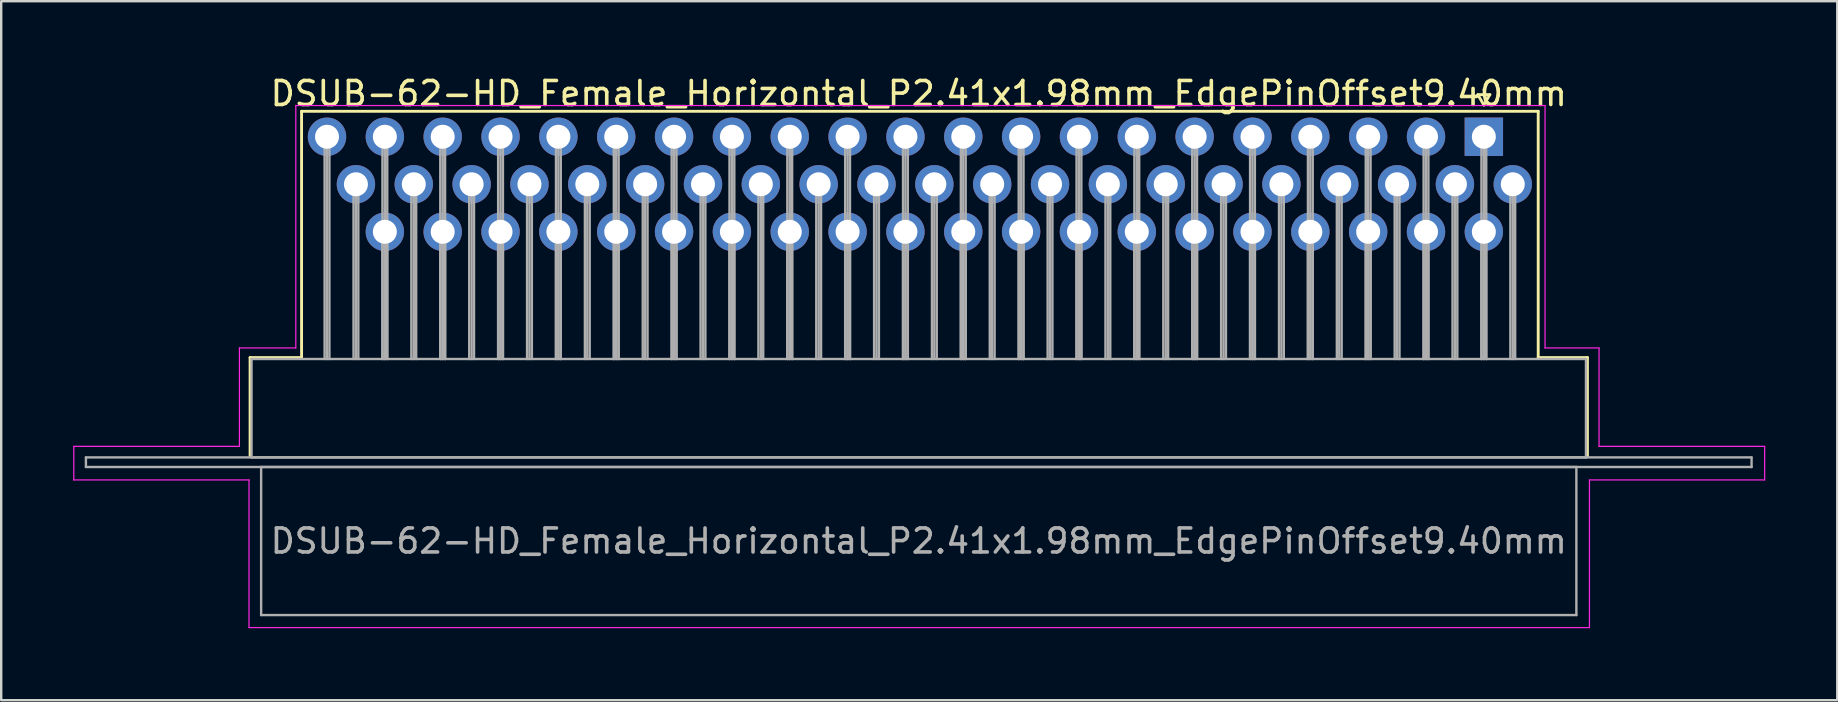
<source format=kicad_pcb>
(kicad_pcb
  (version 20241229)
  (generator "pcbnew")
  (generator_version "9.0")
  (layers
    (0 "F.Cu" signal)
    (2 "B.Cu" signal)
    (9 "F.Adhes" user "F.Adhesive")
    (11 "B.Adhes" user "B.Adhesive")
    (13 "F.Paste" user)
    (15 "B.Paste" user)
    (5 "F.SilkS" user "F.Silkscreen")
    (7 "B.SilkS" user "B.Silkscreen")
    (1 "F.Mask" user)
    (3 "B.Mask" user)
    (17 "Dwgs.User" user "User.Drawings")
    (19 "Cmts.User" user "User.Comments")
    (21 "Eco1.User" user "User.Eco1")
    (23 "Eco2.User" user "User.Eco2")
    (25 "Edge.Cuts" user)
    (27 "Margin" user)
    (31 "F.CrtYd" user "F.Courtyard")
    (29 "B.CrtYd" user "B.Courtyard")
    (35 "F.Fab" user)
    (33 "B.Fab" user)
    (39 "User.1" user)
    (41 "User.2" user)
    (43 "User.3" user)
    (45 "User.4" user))
  (footprint "DSUB-62-HD_Female_Horizontal_P2.41x1.98mm_EdgePinOffset9.40mm"
    (layer "F.Cu")
    (at 58.775 2.648)
    (property "Reference" "DSUB-62-HD_Female_Horizontal_P2.41x1.98mm_EdgePinOffset9.40mm" (at -23.545 -1.8 0) (layer "F.SilkS") (effects (font (size 1 1) (thickness 0.15))))
    (attr through_hole)
    (fp_line (start -51.405 9.2) (end -49.26 9.2) (stroke (width 0.12) (type solid)) (layer "F.SilkS"))
    (fp_line (start -51.405 13.3) (end -51.405 9.2) (stroke (width 0.12) (type solid)) (layer "F.SilkS"))
    (fp_line (start -49.26 -1.06) (end 2.265 -1.06) (stroke (width 0.12) (type solid)) (layer "F.SilkS"))
    (fp_line (start -49.26 9.2) (end -49.26 -1.06) (stroke (width 0.12) (type solid)) (layer "F.SilkS"))
    (fp_line (start -0.25 -1.754) (end 0.25 -1.754) (stroke (width 0.12) (type solid)) (layer "F.SilkS"))
    (fp_line (start 0 -1.321) (end -0.25 -1.754) (stroke (width 0.12) (type solid)) (layer "F.SilkS"))
    (fp_line (start 0.25 -1.754) (end 0 -1.321) (stroke (width 0.12) (type solid)) (layer "F.SilkS"))
    (fp_line (start 2.265 -1.06) (end 2.265 9.2) (stroke (width 0.12) (type solid)) (layer "F.SilkS"))
    (fp_line (start 2.265 9.2) (end 4.315 9.2) (stroke (width 0.12) (type solid)) (layer "F.SilkS"))
    (fp_line (start 4.315 9.2) (end 4.315 13.3) (stroke (width 0.12) (type solid)) (layer "F.SilkS"))
    (fp_line (start -58.75 12.9) (end -51.85 12.9) (stroke (width 0.05) (type solid)) (layer "F.CrtYd"))
    (fp_line (start -58.75 14.3) (end -58.75 12.9) (stroke (width 0.05) (type solid)) (layer "F.CrtYd"))
    (fp_line (start -51.85 8.8) (end -49.5 8.8) (stroke (width 0.05) (type solid)) (layer "F.CrtYd"))
    (fp_line (start -51.85 12.9) (end -51.85 8.8) (stroke (width 0.05) (type solid)) (layer "F.CrtYd"))
    (fp_line (start -51.45 14.3) (end -58.75 14.3) (stroke (width 0.05) (type solid)) (layer "F.CrtYd"))
    (fp_line (start -51.45 20.45) (end -51.45 14.3) (stroke (width 0.05) (type solid)) (layer "F.CrtYd"))
    (fp_line (start -49.5 -1.3) (end 2.55 -1.3) (stroke (width 0.05) (type solid)) (layer "F.CrtYd"))
    (fp_line (start -49.5 8.8) (end -49.5 -1.3) (stroke (width 0.05) (type solid)) (layer "F.CrtYd"))
    (fp_line (start 2.55 -1.3) (end 2.55 8.8) (stroke (width 0.05) (type solid)) (layer "F.CrtYd"))
    (fp_line (start 2.55 8.8) (end 4.8 8.8) (stroke (width 0.05) (type solid)) (layer "F.CrtYd"))
    (fp_line (start 4.4 14.3) (end 4.4 20.45) (stroke (width 0.05) (type solid)) (layer "F.CrtYd"))
    (fp_line (start 4.4 20.45) (end -51.45 20.45) (stroke (width 0.05) (type solid)) (layer "F.CrtYd"))
    (fp_line (start 4.8 8.8) (end 4.8 12.9) (stroke (width 0.05) (type solid)) (layer "F.CrtYd"))
    (fp_line (start 4.8 12.9) (end 11.7 12.9) (stroke (width 0.05) (type solid)) (layer "F.CrtYd"))
    (fp_line (start 11.7 12.9) (end 11.7 14.3) (stroke (width 0.05) (type solid)) (layer "F.CrtYd"))
    (fp_line (start 11.7 14.3) (end 4.4 14.3) (stroke (width 0.05) (type solid)) (layer "F.CrtYd"))
    (fp_line (start -58.245 13.36) (end -58.245 13.76) (stroke (width 0.1) (type solid)) (layer "F.Fab"))
    (fp_line (start -58.245 13.76) (end 11.155 13.76) (stroke (width 0.1) (type solid)) (layer "F.Fab"))
    (fp_line (start -51.345 9.26) (end -51.345 13.36) (stroke (width 0.1) (type solid)) (layer "F.Fab"))
    (fp_line (start -51.345 13.36) (end 4.255 13.36) (stroke (width 0.1) (type solid)) (layer "F.Fab"))
    (fp_line (start -50.945 13.76) (end -50.945 19.93) (stroke (width 0.1) (type solid)) (layer "F.Fab"))
    (fp_line (start -50.945 19.93) (end 3.855 19.93) (stroke (width 0.1) (type solid)) (layer "F.Fab"))
    (fp_line (start -48.3 0) (end -48.3 9.26) (stroke (width 0.1) (type solid)) (layer "F.Fab"))
    (fp_line (start -48.2 0) (end -48.2 9.26) (stroke (width 0.1) (type solid)) (layer "F.Fab"))
    (fp_line (start -48.1 0) (end -48.1 9.26) (stroke (width 0.1) (type solid)) (layer "F.Fab"))
    (fp_line (start -47.095 1.98) (end -47.095 9.26) (stroke (width 0.1) (type solid)) (layer "F.Fab"))
    (fp_line (start -46.995 1.98) (end -46.995 9.26) (stroke (width 0.1) (type solid)) (layer "F.Fab"))
    (fp_line (start -46.895 1.98) (end -46.895 9.26) (stroke (width 0.1) (type solid)) (layer "F.Fab"))
    (fp_line (start -45.89 0) (end -45.89 9.26) (stroke (width 0.1) (type solid)) (layer "F.Fab"))
    (fp_line (start -45.89 3.96) (end -45.89 9.26) (stroke (width 0.1) (type solid)) (layer "F.Fab"))
    (fp_line (start -45.79 0) (end -45.79 9.26) (stroke (width 0.1) (type solid)) (layer "F.Fab"))
    (fp_line (start -45.79 3.96) (end -45.79 9.26) (stroke (width 0.1) (type solid)) (layer "F.Fab"))
    (fp_line (start -45.69 0) (end -45.69 9.26) (stroke (width 0.1) (type solid)) (layer "F.Fab"))
    (fp_line (start -45.69 3.96) (end -45.69 9.26) (stroke (width 0.1) (type solid)) (layer "F.Fab"))
    (fp_line (start -44.685 1.98) (end -44.685 9.26) (stroke (width 0.1) (type solid)) (layer "F.Fab"))
    (fp_line (start -44.585 1.98) (end -44.585 9.26) (stroke (width 0.1) (type solid)) (layer "F.Fab"))
    (fp_line (start -44.485 1.98) (end -44.485 9.26) (stroke (width 0.1) (type solid)) (layer "F.Fab"))
    (fp_line (start -43.48 0) (end -43.48 9.26) (stroke (width 0.1) (type solid)) (layer "F.Fab"))
    (fp_line (start -43.48 3.96) (end -43.48 9.26) (stroke (width 0.1) (type solid)) (layer "F.Fab"))
    (fp_line (start -43.38 0) (end -43.38 9.26) (stroke (width 0.1) (type solid)) (layer "F.Fab"))
    (fp_line (start -43.38 3.96) (end -43.38 9.26) (stroke (width 0.1) (type solid)) (layer "F.Fab"))
    (fp_line (start -43.28 0) (end -43.28 9.26) (stroke (width 0.1) (type solid)) (layer "F.Fab"))
    (fp_line (start -43.28 3.96) (end -43.28 9.26) (stroke (width 0.1) (type solid)) (layer "F.Fab"))
    (fp_line (start -42.275 1.98) (end -42.275 9.26) (stroke (width 0.1) (type solid)) (layer "F.Fab"))
    (fp_line (start -42.175 1.98) (end -42.175 9.26) (stroke (width 0.1) (type solid)) (layer "F.Fab"))
    (fp_line (start -42.075 1.98) (end -42.075 9.26) (stroke (width 0.1) (type solid)) (layer "F.Fab"))
    (fp_line (start -41.07 0) (end -41.07 9.26) (stroke (width 0.1) (type solid)) (layer "F.Fab"))
    (fp_line (start -41.07 3.96) (end -41.07 9.26) (stroke (width 0.1) (type solid)) (layer "F.Fab"))
    (fp_line (start -40.97 0) (end -40.97 9.26) (stroke (width 0.1) (type solid)) (layer "F.Fab"))
    (fp_line (start -40.97 3.96) (end -40.97 9.26) (stroke (width 0.1) (type solid)) (layer "F.Fab"))
    (fp_line (start -40.87 0) (end -40.87 9.26) (stroke (width 0.1) (type solid)) (layer "F.Fab"))
    (fp_line (start -40.87 3.96) (end -40.87 9.26) (stroke (width 0.1) (type solid)) (layer "F.Fab"))
    (fp_line (start -39.865 1.98) (end -39.865 9.26) (stroke (width 0.1) (type solid)) (layer "F.Fab"))
    (fp_line (start -39.765 1.98) (end -39.765 9.26) (stroke (width 0.1) (type solid)) (layer "F.Fab"))
    (fp_line (start -39.665 1.98) (end -39.665 9.26) (stroke (width 0.1) (type solid)) (layer "F.Fab"))
    (fp_line (start -38.66 0) (end -38.66 9.26) (stroke (width 0.1) (type solid)) (layer "F.Fab"))
    (fp_line (start -38.66 3.96) (end -38.66 9.26) (stroke (width 0.1) (type solid)) (layer "F.Fab"))
    (fp_line (start -38.56 0) (end -38.56 9.26) (stroke (width 0.1) (type solid)) (layer "F.Fab"))
    (fp_line (start -38.56 3.96) (end -38.56 9.26) (stroke (width 0.1) (type solid)) (layer "F.Fab"))
    (fp_line (start -38.46 0) (end -38.46 9.26) (stroke (width 0.1) (type solid)) (layer "F.Fab"))
    (fp_line (start -38.46 3.96) (end -38.46 9.26) (stroke (width 0.1) (type solid)) (layer "F.Fab"))
    (fp_line (start -37.455 1.98) (end -37.455 9.26) (stroke (width 0.1) (type solid)) (layer "F.Fab"))
    (fp_line (start -37.355 1.98) (end -37.355 9.26) (stroke (width 0.1) (type solid)) (layer "F.Fab"))
    (fp_line (start -37.255 1.98) (end -37.255 9.26) (stroke (width 0.1) (type solid)) (layer "F.Fab"))
    (fp_line (start -36.25 0) (end -36.25 9.26) (stroke (width 0.1) (type solid)) (layer "F.Fab"))
    (fp_line (start -36.25 3.96) (end -36.25 9.26) (stroke (width 0.1) (type solid)) (layer "F.Fab"))
    (fp_line (start -36.15 0) (end -36.15 9.26) (stroke (width 0.1) (type solid)) (layer "F.Fab"))
    (fp_line (start -36.15 3.96) (end -36.15 9.26) (stroke (width 0.1) (type solid)) (layer "F.Fab"))
    (fp_line (start -36.05 0) (end -36.05 9.26) (stroke (width 0.1) (type solid)) (layer "F.Fab"))
    (fp_line (start -36.05 3.96) (end -36.05 9.26) (stroke (width 0.1) (type solid)) (layer "F.Fab"))
    (fp_line (start -35.045 1.98) (end -35.045 9.26) (stroke (width 0.1) (type solid)) (layer "F.Fab"))
    (fp_line (start -34.945 1.98) (end -34.945 9.26) (stroke (width 0.1) (type solid)) (layer "F.Fab"))
    (fp_line (start -34.845 1.98) (end -34.845 9.26) (stroke (width 0.1) (type solid)) (layer "F.Fab"))
    (fp_line (start -33.84 0) (end -33.84 9.26) (stroke (width 0.1) (type solid)) (layer "F.Fab"))
    (fp_line (start -33.84 3.96) (end -33.84 9.26) (stroke (width 0.1) (type solid)) (layer "F.Fab"))
    (fp_line (start -33.74 0) (end -33.74 9.26) (stroke (width 0.1) (type solid)) (layer "F.Fab"))
    (fp_line (start -33.74 3.96) (end -33.74 9.26) (stroke (width 0.1) (type solid)) (layer "F.Fab"))
    (fp_line (start -33.64 0) (end -33.64 9.26) (stroke (width 0.1) (type solid)) (layer "F.Fab"))
    (fp_line (start -33.64 3.96) (end -33.64 9.26) (stroke (width 0.1) (type solid)) (layer "F.Fab"))
    (fp_line (start -32.635 1.98) (end -32.635 9.26) (stroke (width 0.1) (type solid)) (layer "F.Fab"))
    (fp_line (start -32.535 1.98) (end -32.535 9.26) (stroke (width 0.1) (type solid)) (layer "F.Fab"))
    (fp_line (start -32.435 1.98) (end -32.435 9.26) (stroke (width 0.1) (type solid)) (layer "F.Fab"))
    (fp_line (start -31.43 0) (end -31.43 9.26) (stroke (width 0.1) (type solid)) (layer "F.Fab"))
    (fp_line (start -31.43 3.96) (end -31.43 9.26) (stroke (width 0.1) (type solid)) (layer "F.Fab"))
    (fp_line (start -31.33 0) (end -31.33 9.26) (stroke (width 0.1) (type solid)) (layer "F.Fab"))
    (fp_line (start -31.33 3.96) (end -31.33 9.26) (stroke (width 0.1) (type solid)) (layer "F.Fab"))
    (fp_line (start -31.23 0) (end -31.23 9.26) (stroke (width 0.1) (type solid)) (layer "F.Fab"))
    (fp_line (start -31.23 3.96) (end -31.23 9.26) (stroke (width 0.1) (type solid)) (layer "F.Fab"))
    (fp_line (start -30.225 1.98) (end -30.225 9.26) (stroke (width 0.1) (type solid)) (layer "F.Fab"))
    (fp_line (start -30.125 1.98) (end -30.125 9.26) (stroke (width 0.1) (type solid)) (layer "F.Fab"))
    (fp_line (start -30.025 1.98) (end -30.025 9.26) (stroke (width 0.1) (type solid)) (layer "F.Fab"))
    (fp_line (start -29.02 0) (end -29.02 9.26) (stroke (width 0.1) (type solid)) (layer "F.Fab"))
    (fp_line (start -29.02 3.96) (end -29.02 9.26) (stroke (width 0.1) (type solid)) (layer "F.Fab"))
    (fp_line (start -28.92 0) (end -28.92 9.26) (stroke (width 0.1) (type solid)) (layer "F.Fab"))
    (fp_line (start -28.92 3.96) (end -28.92 9.26) (stroke (width 0.1) (type solid)) (layer "F.Fab"))
    (fp_line (start -28.82 0) (end -28.82 9.26) (stroke (width 0.1) (type solid)) (layer "F.Fab"))
    (fp_line (start -28.82 3.96) (end -28.82 9.26) (stroke (width 0.1) (type solid)) (layer "F.Fab"))
    (fp_line (start -27.815 1.98) (end -27.815 9.26) (stroke (width 0.1) (type solid)) (layer "F.Fab"))
    (fp_line (start -27.715 1.98) (end -27.715 9.26) (stroke (width 0.1) (type solid)) (layer "F.Fab"))
    (fp_line (start -27.615 1.98) (end -27.615 9.26) (stroke (width 0.1) (type solid)) (layer "F.Fab"))
    (fp_line (start -26.61 0) (end -26.61 9.26) (stroke (width 0.1) (type solid)) (layer "F.Fab"))
    (fp_line (start -26.61 3.96) (end -26.61 9.26) (stroke (width 0.1) (type solid)) (layer "F.Fab"))
    (fp_line (start -26.51 0) (end -26.51 9.26) (stroke (width 0.1) (type solid)) (layer "F.Fab"))
    (fp_line (start -26.51 3.96) (end -26.51 9.26) (stroke (width 0.1) (type solid)) (layer "F.Fab"))
    (fp_line (start -26.41 0) (end -26.41 9.26) (stroke (width 0.1) (type solid)) (layer "F.Fab"))
    (fp_line (start -26.41 3.96) (end -26.41 9.26) (stroke (width 0.1) (type solid)) (layer "F.Fab"))
    (fp_line (start -25.405 1.98) (end -25.405 9.26) (stroke (width 0.1) (type solid)) (layer "F.Fab"))
    (fp_line (start -25.305 1.98) (end -25.305 9.26) (stroke (width 0.1) (type solid)) (layer "F.Fab"))
    (fp_line (start -25.205 1.98) (end -25.205 9.26) (stroke (width 0.1) (type solid)) (layer "F.Fab"))
    (fp_line (start -24.2 0) (end -24.2 9.26) (stroke (width 0.1) (type solid)) (layer "F.Fab"))
    (fp_line (start -24.2 3.96) (end -24.2 9.26) (stroke (width 0.1) (type solid)) (layer "F.Fab"))
    (fp_line (start -24.1 0) (end -24.1 9.26) (stroke (width 0.1) (type solid)) (layer "F.Fab"))
    (fp_line (start -24.1 3.96) (end -24.1 9.26) (stroke (width 0.1) (type solid)) (layer "F.Fab"))
    (fp_line (start -24 0) (end -24 9.26) (stroke (width 0.1) (type solid)) (layer "F.Fab"))
    (fp_line (start -24 3.96) (end -24 9.26) (stroke (width 0.1) (type solid)) (layer "F.Fab"))
    (fp_line (start -22.995 1.98) (end -22.995 9.26) (stroke (width 0.1) (type solid)) (layer "F.Fab"))
    (fp_line (start -22.895 1.98) (end -22.895 9.26) (stroke (width 0.1) (type solid)) (layer "F.Fab"))
    (fp_line (start -22.795 1.98) (end -22.795 9.26) (stroke (width 0.1) (type solid)) (layer "F.Fab"))
    (fp_line (start -21.79 0) (end -21.79 9.26) (stroke (width 0.1) (type solid)) (layer "F.Fab"))
    (fp_line (start -21.79 3.96) (end -21.79 9.26) (stroke (width 0.1) (type solid)) (layer "F.Fab"))
    (fp_line (start -21.69 0) (end -21.69 9.26) (stroke (width 0.1) (type solid)) (layer "F.Fab"))
    (fp_line (start -21.69 3.96) (end -21.69 9.26) (stroke (width 0.1) (type solid)) (layer "F.Fab"))
    (fp_line (start -21.59 0) (end -21.59 9.26) (stroke (width 0.1) (type solid)) (layer "F.Fab"))
    (fp_line (start -21.59 3.96) (end -21.59 9.26) (stroke (width 0.1) (type solid)) (layer "F.Fab"))
    (fp_line (start -20.585 1.98) (end -20.585 9.26) (stroke (width 0.1) (type solid)) (layer "F.Fab"))
    (fp_line (start -20.485 1.98) (end -20.485 9.26) (stroke (width 0.1) (type solid)) (layer "F.Fab"))
    (fp_line (start -20.385 1.98) (end -20.385 9.26) (stroke (width 0.1) (type solid)) (layer "F.Fab"))
    (fp_line (start -19.38 0) (end -19.38 9.26) (stroke (width 0.1) (type solid)) (layer "F.Fab"))
    (fp_line (start -19.38 3.96) (end -19.38 9.26) (stroke (width 0.1) (type solid)) (layer "F.Fab"))
    (fp_line (start -19.28 0) (end -19.28 9.26) (stroke (width 0.1) (type solid)) (layer "F.Fab"))
    (fp_line (start -19.28 3.96) (end -19.28 9.26) (stroke (width 0.1) (type solid)) (layer "F.Fab"))
    (fp_line (start -19.18 0) (end -19.18 9.26) (stroke (width 0.1) (type solid)) (layer "F.Fab"))
    (fp_line (start -19.18 3.96) (end -19.18 9.26) (stroke (width 0.1) (type solid)) (layer "F.Fab"))
    (fp_line (start -18.175 1.98) (end -18.175 9.26) (stroke (width 0.1) (type solid)) (layer "F.Fab"))
    (fp_line (start -18.075 1.98) (end -18.075 9.26) (stroke (width 0.1) (type solid)) (layer "F.Fab"))
    (fp_line (start -17.975 1.98) (end -17.975 9.26) (stroke (width 0.1) (type solid)) (layer "F.Fab"))
    (fp_line (start -16.97 0) (end -16.97 9.26) (stroke (width 0.1) (type solid)) (layer "F.Fab"))
    (fp_line (start -16.97 3.96) (end -16.97 9.26) (stroke (width 0.1) (type solid)) (layer "F.Fab"))
    (fp_line (start -16.87 0) (end -16.87 9.26) (stroke (width 0.1) (type solid)) (layer "F.Fab"))
    (fp_line (start -16.87 3.96) (end -16.87 9.26) (stroke (width 0.1) (type solid)) (layer "F.Fab"))
    (fp_line (start -16.77 0) (end -16.77 9.26) (stroke (width 0.1) (type solid)) (layer "F.Fab"))
    (fp_line (start -16.77 3.96) (end -16.77 9.26) (stroke (width 0.1) (type solid)) (layer "F.Fab"))
    (fp_line (start -15.765 1.98) (end -15.765 9.26) (stroke (width 0.1) (type solid)) (layer "F.Fab"))
    (fp_line (start -15.665 1.98) (end -15.665 9.26) (stroke (width 0.1) (type solid)) (layer "F.Fab"))
    (fp_line (start -15.565 1.98) (end -15.565 9.26) (stroke (width 0.1) (type solid)) (layer "F.Fab"))
    (fp_line (start -14.56 0) (end -14.56 9.26) (stroke (width 0.1) (type solid)) (layer "F.Fab"))
    (fp_line (start -14.56 3.96) (end -14.56 9.26) (stroke (width 0.1) (type solid)) (layer "F.Fab"))
    (fp_line (start -14.46 0) (end -14.46 9.26) (stroke (width 0.1) (type solid)) (layer "F.Fab"))
    (fp_line (start -14.46 3.96) (end -14.46 9.26) (stroke (width 0.1) (type solid)) (layer "F.Fab"))
    (fp_line (start -14.36 0) (end -14.36 9.26) (stroke (width 0.1) (type solid)) (layer "F.Fab"))
    (fp_line (start -14.36 3.96) (end -14.36 9.26) (stroke (width 0.1) (type solid)) (layer "F.Fab"))
    (fp_line (start -13.355 1.98) (end -13.355 9.26) (stroke (width 0.1) (type solid)) (layer "F.Fab"))
    (fp_line (start -13.255 1.98) (end -13.255 9.26) (stroke (width 0.1) (type solid)) (layer "F.Fab"))
    (fp_line (start -13.155 1.98) (end -13.155 9.26) (stroke (width 0.1) (type solid)) (layer "F.Fab"))
    (fp_line (start -12.15 0) (end -12.15 9.26) (stroke (width 0.1) (type solid)) (layer "F.Fab"))
    (fp_line (start -12.15 3.96) (end -12.15 9.26) (stroke (width 0.1) (type solid)) (layer "F.Fab"))
    (fp_line (start -12.05 0) (end -12.05 9.26) (stroke (width 0.1) (type solid)) (layer "F.Fab"))
    (fp_line (start -12.05 3.96) (end -12.05 9.26) (stroke (width 0.1) (type solid)) (layer "F.Fab"))
    (fp_line (start -11.95 0) (end -11.95 9.26) (stroke (width 0.1) (type solid)) (layer "F.Fab"))
    (fp_line (start -11.95 3.96) (end -11.95 9.26) (stroke (width 0.1) (type solid)) (layer "F.Fab"))
    (fp_line (start -10.945 1.98) (end -10.945 9.26) (stroke (width 0.1) (type solid)) (layer "F.Fab"))
    (fp_line (start -10.845 1.98) (end -10.845 9.26) (stroke (width 0.1) (type solid)) (layer "F.Fab"))
    (fp_line (start -10.745 1.98) (end -10.745 9.26) (stroke (width 0.1) (type solid)) (layer "F.Fab"))
    (fp_line (start -9.74 0) (end -9.74 9.26) (stroke (width 0.1) (type solid)) (layer "F.Fab"))
    (fp_line (start -9.74 3.96) (end -9.74 9.26) (stroke (width 0.1) (type solid)) (layer "F.Fab"))
    (fp_line (start -9.64 0) (end -9.64 9.26) (stroke (width 0.1) (type solid)) (layer "F.Fab"))
    (fp_line (start -9.64 3.96) (end -9.64 9.26) (stroke (width 0.1) (type solid)) (layer "F.Fab"))
    (fp_line (start -9.54 0) (end -9.54 9.26) (stroke (width 0.1) (type solid)) (layer "F.Fab"))
    (fp_line (start -9.54 3.96) (end -9.54 9.26) (stroke (width 0.1) (type solid)) (layer "F.Fab"))
    (fp_line (start -8.535 1.98) (end -8.535 9.26) (stroke (width 0.1) (type solid)) (layer "F.Fab"))
    (fp_line (start -8.435 1.98) (end -8.435 9.26) (stroke (width 0.1) (type solid)) (layer "F.Fab"))
    (fp_line (start -8.335 1.98) (end -8.335 9.26) (stroke (width 0.1) (type solid)) (layer "F.Fab"))
    (fp_line (start -7.33 0) (end -7.33 9.26) (stroke (width 0.1) (type solid)) (layer "F.Fab"))
    (fp_line (start -7.33 3.96) (end -7.33 9.26) (stroke (width 0.1) (type solid)) (layer "F.Fab"))
    (fp_line (start -7.23 0) (end -7.23 9.26) (stroke (width 0.1) (type solid)) (layer "F.Fab"))
    (fp_line (start -7.23 3.96) (end -7.23 9.26) (stroke (width 0.1) (type solid)) (layer "F.Fab"))
    (fp_line (start -7.13 0) (end -7.13 9.26) (stroke (width 0.1) (type solid)) (layer "F.Fab"))
    (fp_line (start -7.13 3.96) (end -7.13 9.26) (stroke (width 0.1) (type solid)) (layer "F.Fab"))
    (fp_line (start -6.125 1.98) (end -6.125 9.26) (stroke (width 0.1) (type solid)) (layer "F.Fab"))
    (fp_line (start -6.025 1.98) (end -6.025 9.26) (stroke (width 0.1) (type solid)) (layer "F.Fab"))
    (fp_line (start -5.925 1.98) (end -5.925 9.26) (stroke (width 0.1) (type solid)) (layer "F.Fab"))
    (fp_line (start -4.92 0) (end -4.92 9.26) (stroke (width 0.1) (type solid)) (layer "F.Fab"))
    (fp_line (start -4.92 3.96) (end -4.92 9.26) (stroke (width 0.1) (type solid)) (layer "F.Fab"))
    (fp_line (start -4.82 0) (end -4.82 9.26) (stroke (width 0.1) (type solid)) (layer "F.Fab"))
    (fp_line (start -4.82 3.96) (end -4.82 9.26) (stroke (width 0.1) (type solid)) (layer "F.Fab"))
    (fp_line (start -4.72 0) (end -4.72 9.26) (stroke (width 0.1) (type solid)) (layer "F.Fab"))
    (fp_line (start -4.72 3.96) (end -4.72 9.26) (stroke (width 0.1) (type solid)) (layer "F.Fab"))
    (fp_line (start -3.715 1.98) (end -3.715 9.26) (stroke (width 0.1) (type solid)) (layer "F.Fab"))
    (fp_line (start -3.615 1.98) (end -3.615 9.26) (stroke (width 0.1) (type solid)) (layer "F.Fab"))
    (fp_line (start -3.515 1.98) (end -3.515 9.26) (stroke (width 0.1) (type solid)) (layer "F.Fab"))
    (fp_line (start -2.51 0) (end -2.51 9.26) (stroke (width 0.1) (type solid)) (layer "F.Fab"))
    (fp_line (start -2.51 3.96) (end -2.51 9.26) (stroke (width 0.1) (type solid)) (layer "F.Fab"))
    (fp_line (start -2.41 0) (end -2.41 9.26) (stroke (width 0.1) (type solid)) (layer "F.Fab"))
    (fp_line (start -2.41 3.96) (end -2.41 9.26) (stroke (width 0.1) (type solid)) (layer "F.Fab"))
    (fp_line (start -2.31 0) (end -2.31 9.26) (stroke (width 0.1) (type solid)) (layer "F.Fab"))
    (fp_line (start -2.31 3.96) (end -2.31 9.26) (stroke (width 0.1) (type solid)) (layer "F.Fab"))
    (fp_line (start -1.305 1.98) (end -1.305 9.26) (stroke (width 0.1) (type solid)) (layer "F.Fab"))
    (fp_line (start -1.205 1.98) (end -1.205 9.26) (stroke (width 0.1) (type solid)) (layer "F.Fab"))
    (fp_line (start -1.105 1.98) (end -1.105 9.26) (stroke (width 0.1) (type solid)) (layer "F.Fab"))
    (fp_line (start -0.1 0) (end -0.1 9.26) (stroke (width 0.1) (type solid)) (layer "F.Fab"))
    (fp_line (start -0.1 3.96) (end -0.1 9.26) (stroke (width 0.1) (type solid)) (layer "F.Fab"))
    (fp_line (start 0 0) (end 0 9.26) (stroke (width 0.1) (type solid)) (layer "F.Fab"))
    (fp_line (start 0 3.96) (end 0 9.26) (stroke (width 0.1) (type solid)) (layer "F.Fab"))
    (fp_line (start 0.1 0) (end 0.1 9.26) (stroke (width 0.1) (type solid)) (layer "F.Fab"))
    (fp_line (start 0.1 3.96) (end 0.1 9.26) (stroke (width 0.1) (type solid)) (layer "F.Fab"))
    (fp_line (start 1.105 1.98) (end 1.105 9.26) (stroke (width 0.1) (type solid)) (layer "F.Fab"))
    (fp_line (start 1.205 1.98) (end 1.205 9.26) (stroke (width 0.1) (type solid)) (layer "F.Fab"))
    (fp_line (start 1.305 1.98) (end 1.305 9.26) (stroke (width 0.1) (type solid)) (layer "F.Fab"))
    (fp_line (start 3.855 13.76) (end -50.945 13.76) (stroke (width 0.1) (type solid)) (layer "F.Fab"))
    (fp_line (start 3.855 19.93) (end 3.855 13.76) (stroke (width 0.1) (type solid)) (layer "F.Fab"))
    (fp_line (start 4.255 9.26) (end -51.345 9.26) (stroke (width 0.1) (type solid)) (layer "F.Fab"))
    (fp_line (start 4.255 13.36) (end 4.255 9.26) (stroke (width 0.1) (type solid)) (layer "F.Fab"))
    (fp_line (start 11.155 13.36) (end -58.245 13.36) (stroke (width 0.1) (type solid)) (layer "F.Fab"))
    (fp_line (start 11.155 13.76) (end 11.155 13.36) (stroke (width 0.1) (type solid)) (layer "F.Fab"))
    (fp_text user "${REFERENCE}" (at -23.545 16.845 0) (layer "F.Fab") (effects (font (size 1 1) (thickness 0.15))))
    (pad "1" thru_hole rect (at 0 0) (size 1.6 1.6) (drill 1) (layers "*.Cu" "*.Mask"))
    (pad "2" thru_hole circle (at -2.41 0) (size 1.6 1.6) (drill 1) (layers "*.Cu" "*.Mask"))
    (pad "3" thru_hole circle (at -4.82 0) (size 1.6 1.6) (drill 1) (layers "*.Cu" "*.Mask"))
    (pad "4" thru_hole circle (at -7.23 0) (size 1.6 1.6) (drill 1) (layers "*.Cu" "*.Mask"))
    (pad "5" thru_hole circle (at -9.64 0) (size 1.6 1.6) (drill 1) (layers "*.Cu" "*.Mask"))
    (pad "6" thru_hole circle (at -12.05 0) (size 1.6 1.6) (drill 1) (layers "*.Cu" "*.Mask"))
    (pad "7" thru_hole circle (at -14.46 0) (size 1.6 1.6) (drill 1) (layers "*.Cu" "*.Mask"))
    (pad "8" thru_hole circle (at -16.87 0) (size 1.6 1.6) (drill 1) (layers "*.Cu" "*.Mask"))
    (pad "9" thru_hole circle (at -19.28 0) (size 1.6 1.6) (drill 1) (layers "*.Cu" "*.Mask"))
    (pad "10" thru_hole circle (at -21.69 0) (size 1.6 1.6) (drill 1) (layers "*.Cu" "*.Mask"))
    (pad "11" thru_hole circle (at -24.1 0) (size 1.6 1.6) (drill 1) (layers "*.Cu" "*.Mask"))
    (pad "12" thru_hole circle (at -26.51 0) (size 1.6 1.6) (drill 1) (layers "*.Cu" "*.Mask"))
    (pad "13" thru_hole circle (at -28.92 0) (size 1.6 1.6) (drill 1) (layers "*.Cu" "*.Mask"))
    (pad "14" thru_hole circle (at -31.33 0) (size 1.6 1.6) (drill 1) (layers "*.Cu" "*.Mask"))
    (pad "15" thru_hole circle (at -33.74 0) (size 1.6 1.6) (drill 1) (layers "*.Cu" "*.Mask"))
    (pad "16" thru_hole circle (at -36.15 0) (size 1.6 1.6) (drill 1) (layers "*.Cu" "*.Mask"))
    (pad "17" thru_hole circle (at -38.56 0) (size 1.6 1.6) (drill 1) (layers "*.Cu" "*.Mask"))
    (pad "18" thru_hole circle (at -40.97 0) (size 1.6 1.6) (drill 1) (layers "*.Cu" "*.Mask"))
    (pad "19" thru_hole circle (at -43.38 0) (size 1.6 1.6) (drill 1) (layers "*.Cu" "*.Mask"))
    (pad "20" thru_hole circle (at -45.79 0) (size 1.6 1.6) (drill 1) (layers "*.Cu" "*.Mask"))
    (pad "21" thru_hole circle (at -48.2 0) (size 1.6 1.6) (drill 1) (layers "*.Cu" "*.Mask"))
    (pad "22" thru_hole circle (at 1.205 1.98) (size 1.6 1.6) (drill 1) (layers "*.Cu" "*.Mask"))
    (pad "23" thru_hole circle (at -1.205 1.98) (size 1.6 1.6) (drill 1) (layers "*.Cu" "*.Mask"))
    (pad "24" thru_hole circle (at -3.615 1.98) (size 1.6 1.6) (drill 1) (layers "*.Cu" "*.Mask"))
    (pad "25" thru_hole circle (at -6.025 1.98) (size 1.6 1.6) (drill 1) (layers "*.Cu" "*.Mask"))
    (pad "26" thru_hole circle (at -8.435 1.98) (size 1.6 1.6) (drill 1) (layers "*.Cu" "*.Mask"))
    (pad "27" thru_hole circle (at -10.845 1.98) (size 1.6 1.6) (drill 1) (layers "*.Cu" "*.Mask"))
    (pad "28" thru_hole circle (at -13.255 1.98) (size 1.6 1.6) (drill 1) (layers "*.Cu" "*.Mask"))
    (pad "29" thru_hole circle (at -15.665 1.98) (size 1.6 1.6) (drill 1) (layers "*.Cu" "*.Mask"))
    (pad "30" thru_hole circle (at -18.075 1.98) (size 1.6 1.6) (drill 1) (layers "*.Cu" "*.Mask"))
    (pad "31" thru_hole circle (at -20.485 1.98) (size 1.6 1.6) (drill 1) (layers "*.Cu" "*.Mask"))
    (pad "32" thru_hole circle (at -22.895 1.98) (size 1.6 1.6) (drill 1) (layers "*.Cu" "*.Mask"))
    (pad "33" thru_hole circle (at -25.305 1.98) (size 1.6 1.6) (drill 1) (layers "*.Cu" "*.Mask"))
    (pad "34" thru_hole circle (at -27.715 1.98) (size 1.6 1.6) (drill 1) (layers "*.Cu" "*.Mask"))
    (pad "35" thru_hole circle (at -30.125 1.98) (size 1.6 1.6) (drill 1) (layers "*.Cu" "*.Mask"))
    (pad "36" thru_hole circle (at -32.535 1.98) (size 1.6 1.6) (drill 1) (layers "*.Cu" "*.Mask"))
    (pad "37" thru_hole circle (at -34.945 1.98) (size 1.6 1.6) (drill 1) (layers "*.Cu" "*.Mask"))
    (pad "38" thru_hole circle (at -37.355 1.98) (size 1.6 1.6) (drill 1) (layers "*.Cu" "*.Mask"))
    (pad "39" thru_hole circle (at -39.765 1.98) (size 1.6 1.6) (drill 1) (layers "*.Cu" "*.Mask"))
    (pad "40" thru_hole circle (at -42.175 1.98) (size 1.6 1.6) (drill 1) (layers "*.Cu" "*.Mask"))
    (pad "41" thru_hole circle (at -44.585 1.98) (size 1.6 1.6) (drill 1) (layers "*.Cu" "*.Mask"))
    (pad "42" thru_hole circle (at -46.995 1.98) (size 1.6 1.6) (drill 1) (layers "*.Cu" "*.Mask"))
    (pad "43" thru_hole circle (at 0 3.96) (size 1.6 1.6) (drill 1) (layers "*.Cu" "*.Mask"))
    (pad "44" thru_hole circle (at -2.41 3.96) (size 1.6 1.6) (drill 1) (layers "*.Cu" "*.Mask"))
    (pad "45" thru_hole circle (at -4.82 3.96) (size 1.6 1.6) (drill 1) (layers "*.Cu" "*.Mask"))
    (pad "46" thru_hole circle (at -7.23 3.96) (size 1.6 1.6) (drill 1) (layers "*.Cu" "*.Mask"))
    (pad "47" thru_hole circle (at -9.64 3.96) (size 1.6 1.6) (drill 1) (layers "*.Cu" "*.Mask"))
    (pad "48" thru_hole circle (at -12.05 3.96) (size 1.6 1.6) (drill 1) (layers "*.Cu" "*.Mask"))
    (pad "49" thru_hole circle (at -14.46 3.96) (size 1.6 1.6) (drill 1) (layers "*.Cu" "*.Mask"))
    (pad "50" thru_hole circle (at -16.87 3.96) (size 1.6 1.6) (drill 1) (layers "*.Cu" "*.Mask"))
    (pad "51" thru_hole circle (at -19.28 3.96) (size 1.6 1.6) (drill 1) (layers "*.Cu" "*.Mask"))
    (pad "52" thru_hole circle (at -21.69 3.96) (size 1.6 1.6) (drill 1) (layers "*.Cu" "*.Mask"))
    (pad "53" thru_hole circle (at -24.1 3.96) (size 1.6 1.6) (drill 1) (layers "*.Cu" "*.Mask"))
    (pad "54" thru_hole circle (at -26.51 3.96) (size 1.6 1.6) (drill 1) (layers "*.Cu" "*.Mask"))
    (pad "55" thru_hole circle (at -28.92 3.96) (size 1.6 1.6) (drill 1) (layers "*.Cu" "*.Mask"))
    (pad "56" thru_hole circle (at -31.33 3.96) (size 1.6 1.6) (drill 1) (layers "*.Cu" "*.Mask"))
    (pad "57" thru_hole circle (at -33.74 3.96) (size 1.6 1.6) (drill 1) (layers "*.Cu" "*.Mask"))
    (pad "58" thru_hole circle (at -36.15 3.96) (size 1.6 1.6) (drill 1) (layers "*.Cu" "*.Mask"))
    (pad "59" thru_hole circle (at -38.56 3.96) (size 1.6 1.6) (drill 1) (layers "*.Cu" "*.Mask"))
    (pad "60" thru_hole circle (at -40.97 3.96) (size 1.6 1.6) (drill 1) (layers "*.Cu" "*.Mask"))
    (pad "61" thru_hole circle (at -43.38 3.96) (size 1.6 1.6) (drill 1) (layers "*.Cu" "*.Mask"))
    (pad "62" thru_hole circle (at -45.79 3.96) (size 1.6 1.6) (drill 1) (layers "*.Cu" "*.Mask")))
  (gr_rect
    (start -3 -3)
    (end 73.5 26.123)
    (stroke (width 0.1) (type default))
    (fill no)
    (layer "Edge.Cuts")))
</source>
